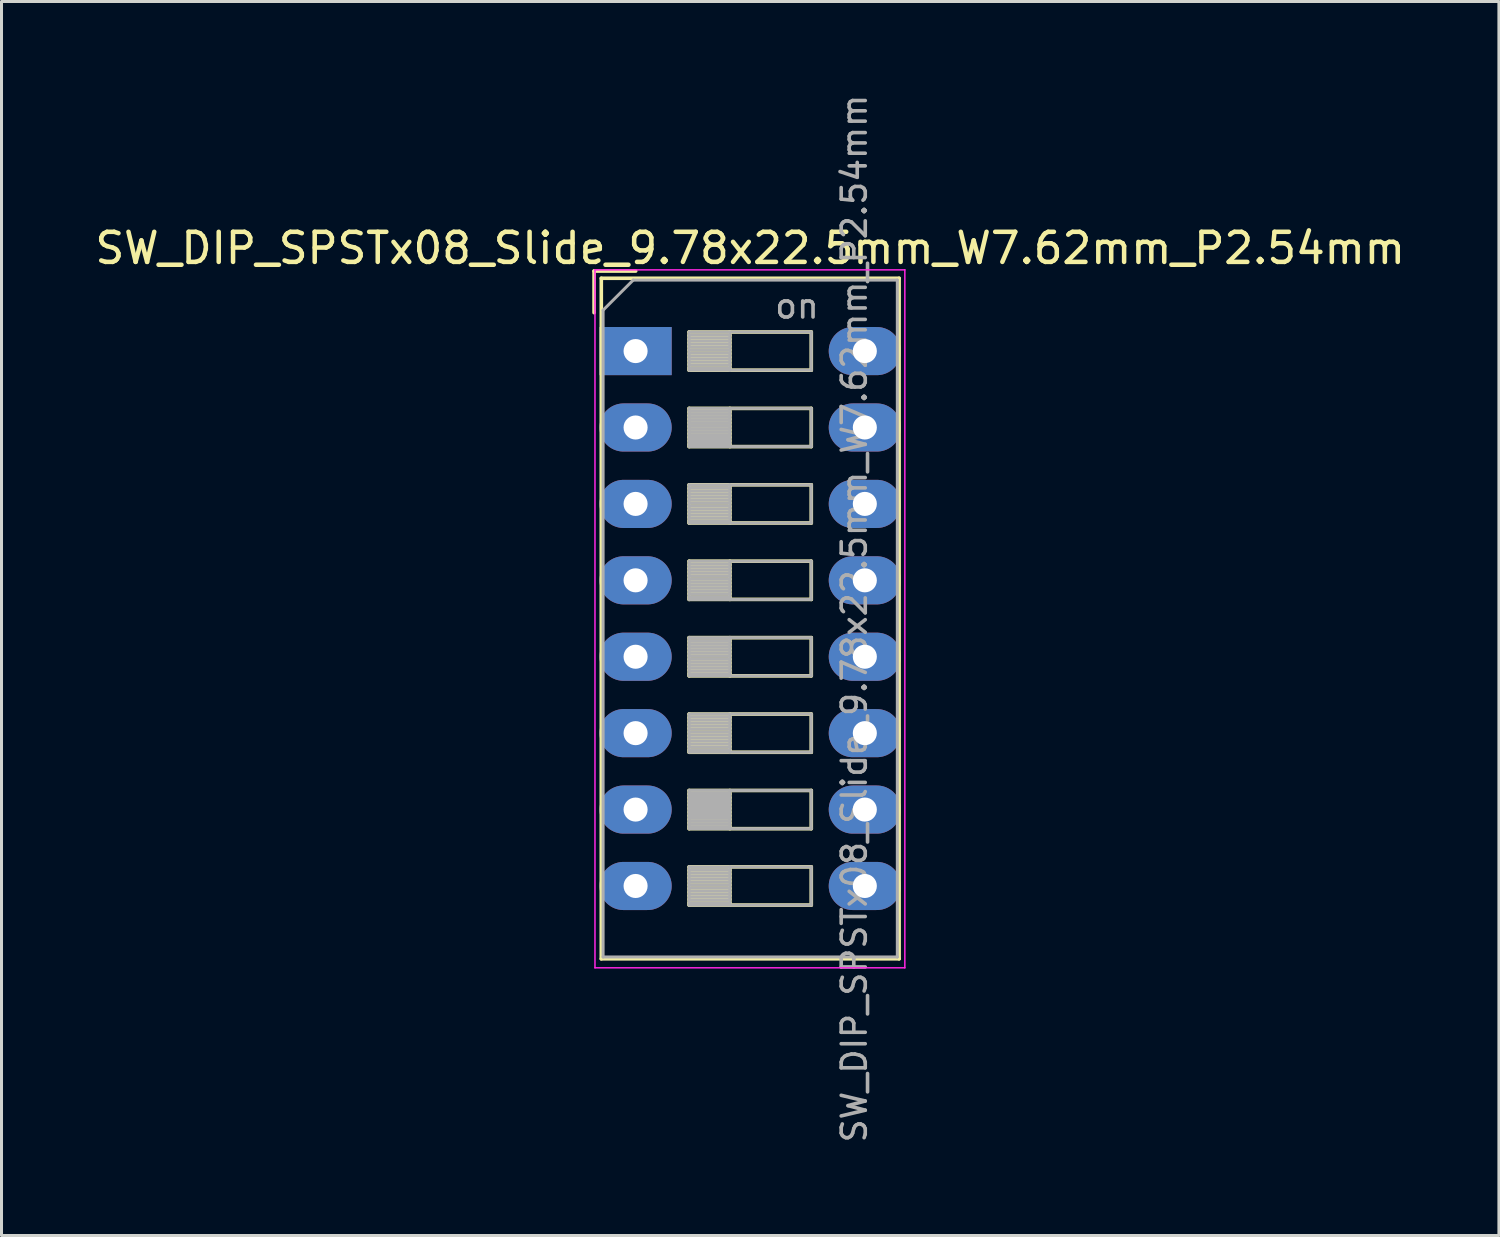
<source format=kicad_pcb>
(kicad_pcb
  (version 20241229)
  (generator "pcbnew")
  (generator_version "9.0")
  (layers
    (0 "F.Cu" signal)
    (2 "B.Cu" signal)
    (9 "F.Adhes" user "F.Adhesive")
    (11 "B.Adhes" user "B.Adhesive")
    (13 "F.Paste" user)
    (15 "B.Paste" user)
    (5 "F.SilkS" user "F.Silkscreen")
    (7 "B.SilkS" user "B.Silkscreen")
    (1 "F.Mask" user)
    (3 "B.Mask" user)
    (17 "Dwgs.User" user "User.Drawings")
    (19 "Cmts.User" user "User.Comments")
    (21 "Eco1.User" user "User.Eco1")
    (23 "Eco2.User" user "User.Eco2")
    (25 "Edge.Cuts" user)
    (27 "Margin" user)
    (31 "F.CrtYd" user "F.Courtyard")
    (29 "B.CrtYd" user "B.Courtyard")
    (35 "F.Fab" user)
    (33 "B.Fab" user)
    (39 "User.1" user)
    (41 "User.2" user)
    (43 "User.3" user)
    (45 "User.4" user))
  (footprint "SW_DIP_SPSTx08_Slide_9.78x22.5mm_W7.62mm_P2.54mm"
    (layer "F.Cu")
    (at 18.077 8.62)
    (property "Reference" "SW_DIP_SPSTx08_Slide_9.78x22.5mm_W7.62mm_P2.54mm" (at 3.81 -3.42 0) (layer "F.SilkS") (effects (font (size 1 1) (thickness 0.15))))
    (attr through_hole)
    (fp_line (start -1.38 -2.66) (end -1.38 -1.277) (stroke (width 0.12) (type solid)) (layer "F.SilkS"))
    (fp_line (start -1.38 -2.66) (end 0.004 -2.66) (stroke (width 0.12) (type solid)) (layer "F.SilkS"))
    (fp_line (start -1.14 -2.42) (end -1.14 20.201) (stroke (width 0.12) (type solid)) (layer "F.SilkS"))
    (fp_line (start -1.14 -2.42) (end 8.76 -2.42) (stroke (width 0.12) (type solid)) (layer "F.SilkS"))
    (fp_line (start -1.14 20.201) (end 8.76 20.201) (stroke (width 0.12) (type solid)) (layer "F.SilkS"))
    (fp_line (start 1.78 -0.635) (end 1.78 0.635) (stroke (width 0.12) (type solid)) (layer "F.SilkS"))
    (fp_line (start 1.78 -0.515) (end 3.133 -0.515) (stroke (width 0.12) (type solid)) (layer "F.SilkS"))
    (fp_line (start 1.78 -0.395) (end 3.133 -0.395) (stroke (width 0.12) (type solid)) (layer "F.SilkS"))
    (fp_line (start 1.78 -0.275) (end 3.133 -0.275) (stroke (width 0.12) (type solid)) (layer "F.SilkS"))
    (fp_line (start 1.78 -0.155) (end 3.133 -0.155) (stroke (width 0.12) (type solid)) (layer "F.SilkS"))
    (fp_line (start 1.78 -0.035) (end 3.133 -0.035) (stroke (width 0.12) (type solid)) (layer "F.SilkS"))
    (fp_line (start 1.78 0.085) (end 3.133 0.085) (stroke (width 0.12) (type solid)) (layer "F.SilkS"))
    (fp_line (start 1.78 0.205) (end 3.133 0.205) (stroke (width 0.12) (type solid)) (layer "F.SilkS"))
    (fp_line (start 1.78 0.325) (end 3.133 0.325) (stroke (width 0.12) (type solid)) (layer "F.SilkS"))
    (fp_line (start 1.78 0.445) (end 3.133 0.445) (stroke (width 0.12) (type solid)) (layer "F.SilkS"))
    (fp_line (start 1.78 0.565) (end 3.133 0.565) (stroke (width 0.12) (type solid)) (layer "F.SilkS"))
    (fp_line (start 1.78 0.635) (end 5.84 0.635) (stroke (width 0.12) (type solid)) (layer "F.SilkS"))
    (fp_line (start 1.78 1.905) (end 1.78 3.175) (stroke (width 0.12) (type solid)) (layer "F.SilkS"))
    (fp_line (start 1.78 2.025) (end 3.133 2.025) (stroke (width 0.12) (type solid)) (layer "F.SilkS"))
    (fp_line (start 1.78 2.145) (end 3.133 2.145) (stroke (width 0.12) (type solid)) (layer "F.SilkS"))
    (fp_line (start 1.78 2.265) (end 3.133 2.265) (stroke (width 0.12) (type solid)) (layer "F.SilkS"))
    (fp_line (start 1.78 2.385) (end 3.133 2.385) (stroke (width 0.12) (type solid)) (layer "F.SilkS"))
    (fp_line (start 1.78 2.505) (end 3.133 2.505) (stroke (width 0.12) (type solid)) (layer "F.SilkS"))
    (fp_line (start 1.78 2.625) (end 3.133 2.625) (stroke (width 0.12) (type solid)) (layer "F.SilkS"))
    (fp_line (start 1.78 2.745) (end 3.133 2.745) (stroke (width 0.12) (type solid)) (layer "F.SilkS"))
    (fp_line (start 1.78 2.865) (end 3.133 2.865) (stroke (width 0.12) (type solid)) (layer "F.SilkS"))
    (fp_line (start 1.78 2.985) (end 3.133 2.985) (stroke (width 0.12) (type solid)) (layer "F.SilkS"))
    (fp_line (start 1.78 3.105) (end 3.133 3.105) (stroke (width 0.12) (type solid)) (layer "F.SilkS"))
    (fp_line (start 1.78 3.175) (end 5.84 3.175) (stroke (width 0.12) (type solid)) (layer "F.SilkS"))
    (fp_line (start 1.78 4.445) (end 1.78 5.715) (stroke (width 0.12) (type solid)) (layer "F.SilkS"))
    (fp_line (start 1.78 4.565) (end 3.133 4.565) (stroke (width 0.12) (type solid)) (layer "F.SilkS"))
    (fp_line (start 1.78 4.685) (end 3.133 4.685) (stroke (width 0.12) (type solid)) (layer "F.SilkS"))
    (fp_line (start 1.78 4.805) (end 3.133 4.805) (stroke (width 0.12) (type solid)) (layer "F.SilkS"))
    (fp_line (start 1.78 4.925) (end 3.133 4.925) (stroke (width 0.12) (type solid)) (layer "F.SilkS"))
    (fp_line (start 1.78 5.045) (end 3.133 5.045) (stroke (width 0.12) (type solid)) (layer "F.SilkS"))
    (fp_line (start 1.78 5.165) (end 3.133 5.165) (stroke (width 0.12) (type solid)) (layer "F.SilkS"))
    (fp_line (start 1.78 5.285) (end 3.133 5.285) (stroke (width 0.12) (type solid)) (layer "F.SilkS"))
    (fp_line (start 1.78 5.405) (end 3.133 5.405) (stroke (width 0.12) (type solid)) (layer "F.SilkS"))
    (fp_line (start 1.78 5.525) (end 3.133 5.525) (stroke (width 0.12) (type solid)) (layer "F.SilkS"))
    (fp_line (start 1.78 5.645) (end 3.133 5.645) (stroke (width 0.12) (type solid)) (layer "F.SilkS"))
    (fp_line (start 1.78 5.715) (end 5.84 5.715) (stroke (width 0.12) (type solid)) (layer "F.SilkS"))
    (fp_line (start 1.78 6.985) (end 1.78 8.255) (stroke (width 0.12) (type solid)) (layer "F.SilkS"))
    (fp_line (start 1.78 7.105) (end 3.133 7.105) (stroke (width 0.12) (type solid)) (layer "F.SilkS"))
    (fp_line (start 1.78 7.225) (end 3.133 7.225) (stroke (width 0.12) (type solid)) (layer "F.SilkS"))
    (fp_line (start 1.78 7.345) (end 3.133 7.345) (stroke (width 0.12) (type solid)) (layer "F.SilkS"))
    (fp_line (start 1.78 7.465) (end 3.133 7.465) (stroke (width 0.12) (type solid)) (layer "F.SilkS"))
    (fp_line (start 1.78 7.585) (end 3.133 7.585) (stroke (width 0.12) (type solid)) (layer "F.SilkS"))
    (fp_line (start 1.78 7.705) (end 3.133 7.705) (stroke (width 0.12) (type solid)) (layer "F.SilkS"))
    (fp_line (start 1.78 7.825) (end 3.133 7.825) (stroke (width 0.12) (type solid)) (layer "F.SilkS"))
    (fp_line (start 1.78 7.945) (end 3.133 7.945) (stroke (width 0.12) (type solid)) (layer "F.SilkS"))
    (fp_line (start 1.78 8.065) (end 3.133 8.065) (stroke (width 0.12) (type solid)) (layer "F.SilkS"))
    (fp_line (start 1.78 8.185) (end 3.133 8.185) (stroke (width 0.12) (type solid)) (layer "F.SilkS"))
    (fp_line (start 1.78 8.255) (end 5.84 8.255) (stroke (width 0.12) (type solid)) (layer "F.SilkS"))
    (fp_line (start 1.78 9.525) (end 1.78 10.795) (stroke (width 0.12) (type solid)) (layer "F.SilkS"))
    (fp_line (start 1.78 9.645) (end 3.133 9.645) (stroke (width 0.12) (type solid)) (layer "F.SilkS"))
    (fp_line (start 1.78 9.765) (end 3.133 9.765) (stroke (width 0.12) (type solid)) (layer "F.SilkS"))
    (fp_line (start 1.78 9.885) (end 3.133 9.885) (stroke (width 0.12) (type solid)) (layer "F.SilkS"))
    (fp_line (start 1.78 10.005) (end 3.133 10.005) (stroke (width 0.12) (type solid)) (layer "F.SilkS"))
    (fp_line (start 1.78 10.125) (end 3.133 10.125) (stroke (width 0.12) (type solid)) (layer "F.SilkS"))
    (fp_line (start 1.78 10.245) (end 3.133 10.245) (stroke (width 0.12) (type solid)) (layer "F.SilkS"))
    (fp_line (start 1.78 10.365) (end 3.133 10.365) (stroke (width 0.12) (type solid)) (layer "F.SilkS"))
    (fp_line (start 1.78 10.485) (end 3.133 10.485) (stroke (width 0.12) (type solid)) (layer "F.SilkS"))
    (fp_line (start 1.78 10.605) (end 3.133 10.605) (stroke (width 0.12) (type solid)) (layer "F.SilkS"))
    (fp_line (start 1.78 10.725) (end 3.133 10.725) (stroke (width 0.12) (type solid)) (layer "F.SilkS"))
    (fp_line (start 1.78 10.795) (end 5.84 10.795) (stroke (width 0.12) (type solid)) (layer "F.SilkS"))
    (fp_line (start 1.78 12.065) (end 1.78 13.335) (stroke (width 0.12) (type solid)) (layer "F.SilkS"))
    (fp_line (start 1.78 12.185) (end 3.133 12.185) (stroke (width 0.12) (type solid)) (layer "F.SilkS"))
    (fp_line (start 1.78 12.305) (end 3.133 12.305) (stroke (width 0.12) (type solid)) (layer "F.SilkS"))
    (fp_line (start 1.78 12.425) (end 3.133 12.425) (stroke (width 0.12) (type solid)) (layer "F.SilkS"))
    (fp_line (start 1.78 12.545) (end 3.133 12.545) (stroke (width 0.12) (type solid)) (layer "F.SilkS"))
    (fp_line (start 1.78 12.665) (end 3.133 12.665) (stroke (width 0.12) (type solid)) (layer "F.SilkS"))
    (fp_line (start 1.78 12.785) (end 3.133 12.785) (stroke (width 0.12) (type solid)) (layer "F.SilkS"))
    (fp_line (start 1.78 12.905) (end 3.133 12.905) (stroke (width 0.12) (type solid)) (layer "F.SilkS"))
    (fp_line (start 1.78 13.025) (end 3.133 13.025) (stroke (width 0.12) (type solid)) (layer "F.SilkS"))
    (fp_line (start 1.78 13.145) (end 3.133 13.145) (stroke (width 0.12) (type solid)) (layer "F.SilkS"))
    (fp_line (start 1.78 13.265) (end 3.133 13.265) (stroke (width 0.12) (type solid)) (layer "F.SilkS"))
    (fp_line (start 1.78 13.335) (end 5.84 13.335) (stroke (width 0.12) (type solid)) (layer "F.SilkS"))
    (fp_line (start 1.78 14.605) (end 1.78 15.875) (stroke (width 0.12) (type solid)) (layer "F.SilkS"))
    (fp_line (start 1.78 14.725) (end 3.133 14.725) (stroke (width 0.12) (type solid)) (layer "F.SilkS"))
    (fp_line (start 1.78 14.845) (end 3.133 14.845) (stroke (width 0.12) (type solid)) (layer "F.SilkS"))
    (fp_line (start 1.78 14.965) (end 3.133 14.965) (stroke (width 0.12) (type solid)) (layer "F.SilkS"))
    (fp_line (start 1.78 15.085) (end 3.133 15.085) (stroke (width 0.12) (type solid)) (layer "F.SilkS"))
    (fp_line (start 1.78 15.205) (end 3.133 15.205) (stroke (width 0.12) (type solid)) (layer "F.SilkS"))
    (fp_line (start 1.78 15.325) (end 3.133 15.325) (stroke (width 0.12) (type solid)) (layer "F.SilkS"))
    (fp_line (start 1.78 15.445) (end 3.133 15.445) (stroke (width 0.12) (type solid)) (layer "F.SilkS"))
    (fp_line (start 1.78 15.565) (end 3.133 15.565) (stroke (width 0.12) (type solid)) (layer "F.SilkS"))
    (fp_line (start 1.78 15.685) (end 3.133 15.685) (stroke (width 0.12) (type solid)) (layer "F.SilkS"))
    (fp_line (start 1.78 15.805) (end 3.133 15.805) (stroke (width 0.12) (type solid)) (layer "F.SilkS"))
    (fp_line (start 1.78 15.875) (end 5.84 15.875) (stroke (width 0.12) (type solid)) (layer "F.SilkS"))
    (fp_line (start 1.78 17.145) (end 1.78 18.415) (stroke (width 0.12) (type solid)) (layer "F.SilkS"))
    (fp_line (start 1.78 17.265) (end 3.133 17.265) (stroke (width 0.12) (type solid)) (layer "F.SilkS"))
    (fp_line (start 1.78 17.385) (end 3.133 17.385) (stroke (width 0.12) (type solid)) (layer "F.SilkS"))
    (fp_line (start 1.78 17.505) (end 3.133 17.505) (stroke (width 0.12) (type solid)) (layer "F.SilkS"))
    (fp_line (start 1.78 17.625) (end 3.133 17.625) (stroke (width 0.12) (type solid)) (layer "F.SilkS"))
    (fp_line (start 1.78 17.745) (end 3.133 17.745) (stroke (width 0.12) (type solid)) (layer "F.SilkS"))
    (fp_line (start 1.78 17.865) (end 3.133 17.865) (stroke (width 0.12) (type solid)) (layer "F.SilkS"))
    (fp_line (start 1.78 17.985) (end 3.133 17.985) (stroke (width 0.12) (type solid)) (layer "F.SilkS"))
    (fp_line (start 1.78 18.105) (end 3.133 18.105) (stroke (width 0.12) (type solid)) (layer "F.SilkS"))
    (fp_line (start 1.78 18.225) (end 3.133 18.225) (stroke (width 0.12) (type solid)) (layer "F.SilkS"))
    (fp_line (start 1.78 18.345) (end 3.133 18.345) (stroke (width 0.12) (type solid)) (layer "F.SilkS"))
    (fp_line (start 1.78 18.415) (end 5.84 18.415) (stroke (width 0.12) (type solid)) (layer "F.SilkS"))
    (fp_line (start 3.133 -0.635) (end 3.133 0.635) (stroke (width 0.12) (type solid)) (layer "F.SilkS"))
    (fp_line (start 3.133 1.905) (end 3.133 3.175) (stroke (width 0.12) (type solid)) (layer "F.SilkS"))
    (fp_line (start 3.133 4.445) (end 3.133 5.715) (stroke (width 0.12) (type solid)) (layer "F.SilkS"))
    (fp_line (start 3.133 6.985) (end 3.133 8.255) (stroke (width 0.12) (type solid)) (layer "F.SilkS"))
    (fp_line (start 3.133 9.525) (end 3.133 10.795) (stroke (width 0.12) (type solid)) (layer "F.SilkS"))
    (fp_line (start 3.133 12.065) (end 3.133 13.335) (stroke (width 0.12) (type solid)) (layer "F.SilkS"))
    (fp_line (start 3.133 14.605) (end 3.133 15.875) (stroke (width 0.12) (type solid)) (layer "F.SilkS"))
    (fp_line (start 3.133 17.145) (end 3.133 18.415) (stroke (width 0.12) (type solid)) (layer "F.SilkS"))
    (fp_line (start 5.84 -0.635) (end 1.78 -0.635) (stroke (width 0.12) (type solid)) (layer "F.SilkS"))
    (fp_line (start 5.84 0.635) (end 5.84 -0.635) (stroke (width 0.12) (type solid)) (layer "F.SilkS"))
    (fp_line (start 5.84 1.905) (end 1.78 1.905) (stroke (width 0.12) (type solid)) (layer "F.SilkS"))
    (fp_line (start 5.84 3.175) (end 5.84 1.905) (stroke (width 0.12) (type solid)) (layer "F.SilkS"))
    (fp_line (start 5.84 4.445) (end 1.78 4.445) (stroke (width 0.12) (type solid)) (layer "F.SilkS"))
    (fp_line (start 5.84 5.715) (end 5.84 4.445) (stroke (width 0.12) (type solid)) (layer "F.SilkS"))
    (fp_line (start 5.84 6.985) (end 1.78 6.985) (stroke (width 0.12) (type solid)) (layer "F.SilkS"))
    (fp_line (start 5.84 8.255) (end 5.84 6.985) (stroke (width 0.12) (type solid)) (layer "F.SilkS"))
    (fp_line (start 5.84 9.525) (end 1.78 9.525) (stroke (width 0.12) (type solid)) (layer "F.SilkS"))
    (fp_line (start 5.84 10.795) (end 5.84 9.525) (stroke (width 0.12) (type solid)) (layer "F.SilkS"))
    (fp_line (start 5.84 12.065) (end 1.78 12.065) (stroke (width 0.12) (type solid)) (layer "F.SilkS"))
    (fp_line (start 5.84 13.335) (end 5.84 12.065) (stroke (width 0.12) (type solid)) (layer "F.SilkS"))
    (fp_line (start 5.84 14.605) (end 1.78 14.605) (stroke (width 0.12) (type solid)) (layer "F.SilkS"))
    (fp_line (start 5.84 15.875) (end 5.84 14.605) (stroke (width 0.12) (type solid)) (layer "F.SilkS"))
    (fp_line (start 5.84 17.145) (end 1.78 17.145) (stroke (width 0.12) (type solid)) (layer "F.SilkS"))
    (fp_line (start 5.84 18.415) (end 5.84 17.145) (stroke (width 0.12) (type solid)) (layer "F.SilkS"))
    (fp_line (start 8.76 -2.42) (end 8.76 20.201) (stroke (width 0.12) (type solid)) (layer "F.SilkS"))
    (fp_line (start -1.35 -2.7) (end -1.35 20.5) (stroke (width 0.05) (type solid)) (layer "F.CrtYd"))
    (fp_line (start -1.35 20.5) (end 8.95 20.5) (stroke (width 0.05) (type solid)) (layer "F.CrtYd"))
    (fp_line (start 8.95 -2.7) (end -1.35 -2.7) (stroke (width 0.05) (type solid)) (layer "F.CrtYd"))
    (fp_line (start 8.95 20.5) (end 8.95 -2.7) (stroke (width 0.05) (type solid)) (layer "F.CrtYd"))
    (fp_line (start -1.08 -1.36) (end -0.08 -2.36) (stroke (width 0.1) (type solid)) (layer "F.Fab"))
    (fp_line (start -1.08 20.14) (end -1.08 -1.36) (stroke (width 0.1) (type solid)) (layer "F.Fab"))
    (fp_line (start -0.08 -2.36) (end 8.7 -2.36) (stroke (width 0.1) (type solid)) (layer "F.Fab"))
    (fp_line (start 1.78 -0.635) (end 1.78 0.635) (stroke (width 0.1) (type solid)) (layer "F.Fab"))
    (fp_line (start 1.78 -0.535) (end 3.133 -0.535) (stroke (width 0.1) (type solid)) (layer "F.Fab"))
    (fp_line (start 1.78 -0.435) (end 3.133 -0.435) (stroke (width 0.1) (type solid)) (layer "F.Fab"))
    (fp_line (start 1.78 -0.335) (end 3.133 -0.335) (stroke (width 0.1) (type solid)) (layer "F.Fab"))
    (fp_line (start 1.78 -0.235) (end 3.133 -0.235) (stroke (width 0.1) (type solid)) (layer "F.Fab"))
    (fp_line (start 1.78 -0.135) (end 3.133 -0.135) (stroke (width 0.1) (type solid)) (layer "F.Fab"))
    (fp_line (start 1.78 -0.035) (end 3.133 -0.035) (stroke (width 0.1) (type solid)) (layer "F.Fab"))
    (fp_line (start 1.78 0.065) (end 3.133 0.065) (stroke (width 0.1) (type solid)) (layer "F.Fab"))
    (fp_line (start 1.78 0.165) (end 3.133 0.165) (stroke (width 0.1) (type solid)) (layer "F.Fab"))
    (fp_line (start 1.78 0.265) (end 3.133 0.265) (stroke (width 0.1) (type solid)) (layer "F.Fab"))
    (fp_line (start 1.78 0.365) (end 3.133 0.365) (stroke (width 0.1) (type solid)) (layer "F.Fab"))
    (fp_line (start 1.78 0.465) (end 3.133 0.465) (stroke (width 0.1) (type solid)) (layer "F.Fab"))
    (fp_line (start 1.78 0.565) (end 3.133 0.565) (stroke (width 0.1) (type solid)) (layer "F.Fab"))
    (fp_line (start 1.78 0.635) (end 5.84 0.635) (stroke (width 0.1) (type solid)) (layer "F.Fab"))
    (fp_line (start 1.78 1.905) (end 1.78 3.175) (stroke (width 0.1) (type solid)) (layer "F.Fab"))
    (fp_line (start 1.78 2.005) (end 3.133 2.005) (stroke (width 0.1) (type solid)) (layer "F.Fab"))
    (fp_line (start 1.78 2.105) (end 3.133 2.105) (stroke (width 0.1) (type solid)) (layer "F.Fab"))
    (fp_line (start 1.78 2.205) (end 3.133 2.205) (stroke (width 0.1) (type solid)) (layer "F.Fab"))
    (fp_line (start 1.78 2.305) (end 3.133 2.305) (stroke (width 0.1) (type solid)) (layer "F.Fab"))
    (fp_line (start 1.78 2.405) (end 3.133 2.405) (stroke (width 0.1) (type solid)) (layer "F.Fab"))
    (fp_line (start 1.78 2.505) (end 3.133 2.505) (stroke (width 0.1) (type solid)) (layer "F.Fab"))
    (fp_line (start 1.78 2.605) (end 3.133 2.605) (stroke (width 0.1) (type solid)) (layer "F.Fab"))
    (fp_line (start 1.78 2.705) (end 3.133 2.705) (stroke (width 0.1) (type solid)) (layer "F.Fab"))
    (fp_line (start 1.78 2.805) (end 3.133 2.805) (stroke (width 0.1) (type solid)) (layer "F.Fab"))
    (fp_line (start 1.78 2.905) (end 3.133 2.905) (stroke (width 0.1) (type solid)) (layer "F.Fab"))
    (fp_line (start 1.78 3.005) (end 3.133 3.005) (stroke (width 0.1) (type solid)) (layer "F.Fab"))
    (fp_line (start 1.78 3.105) (end 3.133 3.105) (stroke (width 0.1) (type solid)) (layer "F.Fab"))
    (fp_line (start 1.78 3.175) (end 5.84 3.175) (stroke (width 0.1) (type solid)) (layer "F.Fab"))
    (fp_line (start 1.78 4.445) (end 1.78 5.715) (stroke (width 0.1) (type solid)) (layer "F.Fab"))
    (fp_line (start 1.78 4.545) (end 3.133 4.545) (stroke (width 0.1) (type solid)) (layer "F.Fab"))
    (fp_line (start 1.78 4.645) (end 3.133 4.645) (stroke (width 0.1) (type solid)) (layer "F.Fab"))
    (fp_line (start 1.78 4.745) (end 3.133 4.745) (stroke (width 0.1) (type solid)) (layer "F.Fab"))
    (fp_line (start 1.78 4.845) (end 3.133 4.845) (stroke (width 0.1) (type solid)) (layer "F.Fab"))
    (fp_line (start 1.78 4.945) (end 3.133 4.945) (stroke (width 0.1) (type solid)) (layer "F.Fab"))
    (fp_line (start 1.78 5.045) (end 3.133 5.045) (stroke (width 0.1) (type solid)) (layer "F.Fab"))
    (fp_line (start 1.78 5.145) (end 3.133 5.145) (stroke (width 0.1) (type solid)) (layer "F.Fab"))
    (fp_line (start 1.78 5.245) (end 3.133 5.245) (stroke (width 0.1) (type solid)) (layer "F.Fab"))
    (fp_line (start 1.78 5.345) (end 3.133 5.345) (stroke (width 0.1) (type solid)) (layer "F.Fab"))
    (fp_line (start 1.78 5.445) (end 3.133 5.445) (stroke (width 0.1) (type solid)) (layer "F.Fab"))
    (fp_line (start 1.78 5.545) (end 3.133 5.545) (stroke (width 0.1) (type solid)) (layer "F.Fab"))
    (fp_line (start 1.78 5.645) (end 3.133 5.645) (stroke (width 0.1) (type solid)) (layer "F.Fab"))
    (fp_line (start 1.78 5.715) (end 5.84 5.715) (stroke (width 0.1) (type solid)) (layer "F.Fab"))
    (fp_line (start 1.78 6.985) (end 1.78 8.255) (stroke (width 0.1) (type solid)) (layer "F.Fab"))
    (fp_line (start 1.78 7.085) (end 3.133 7.085) (stroke (width 0.1) (type solid)) (layer "F.Fab"))
    (fp_line (start 1.78 7.185) (end 3.133 7.185) (stroke (width 0.1) (type solid)) (layer "F.Fab"))
    (fp_line (start 1.78 7.285) (end 3.133 7.285) (stroke (width 0.1) (type solid)) (layer "F.Fab"))
    (fp_line (start 1.78 7.385) (end 3.133 7.385) (stroke (width 0.1) (type solid)) (layer "F.Fab"))
    (fp_line (start 1.78 7.485) (end 3.133 7.485) (stroke (width 0.1) (type solid)) (layer "F.Fab"))
    (fp_line (start 1.78 7.585) (end 3.133 7.585) (stroke (width 0.1) (type solid)) (layer "F.Fab"))
    (fp_line (start 1.78 7.685) (end 3.133 7.685) (stroke (width 0.1) (type solid)) (layer "F.Fab"))
    (fp_line (start 1.78 7.785) (end 3.133 7.785) (stroke (width 0.1) (type solid)) (layer "F.Fab"))
    (fp_line (start 1.78 7.885) (end 3.133 7.885) (stroke (width 0.1) (type solid)) (layer "F.Fab"))
    (fp_line (start 1.78 7.985) (end 3.133 7.985) (stroke (width 0.1) (type solid)) (layer "F.Fab"))
    (fp_line (start 1.78 8.085) (end 3.133 8.085) (stroke (width 0.1) (type solid)) (layer "F.Fab"))
    (fp_line (start 1.78 8.185) (end 3.133 8.185) (stroke (width 0.1) (type solid)) (layer "F.Fab"))
    (fp_line (start 1.78 8.255) (end 5.84 8.255) (stroke (width 0.1) (type solid)) (layer "F.Fab"))
    (fp_line (start 1.78 9.525) (end 1.78 10.795) (stroke (width 0.1) (type solid)) (layer "F.Fab"))
    (fp_line (start 1.78 9.625) (end 3.133 9.625) (stroke (width 0.1) (type solid)) (layer "F.Fab"))
    (fp_line (start 1.78 9.725) (end 3.133 9.725) (stroke (width 0.1) (type solid)) (layer "F.Fab"))
    (fp_line (start 1.78 9.825) (end 3.133 9.825) (stroke (width 0.1) (type solid)) (layer "F.Fab"))
    (fp_line (start 1.78 9.925) (end 3.133 9.925) (stroke (width 0.1) (type solid)) (layer "F.Fab"))
    (fp_line (start 1.78 10.025) (end 3.133 10.025) (stroke (width 0.1) (type solid)) (layer "F.Fab"))
    (fp_line (start 1.78 10.125) (end 3.133 10.125) (stroke (width 0.1) (type solid)) (layer "F.Fab"))
    (fp_line (start 1.78 10.225) (end 3.133 10.225) (stroke (width 0.1) (type solid)) (layer "F.Fab"))
    (fp_line (start 1.78 10.325) (end 3.133 10.325) (stroke (width 0.1) (type solid)) (layer "F.Fab"))
    (fp_line (start 1.78 10.425) (end 3.133 10.425) (stroke (width 0.1) (type solid)) (layer "F.Fab"))
    (fp_line (start 1.78 10.525) (end 3.133 10.525) (stroke (width 0.1) (type solid)) (layer "F.Fab"))
    (fp_line (start 1.78 10.625) (end 3.133 10.625) (stroke (width 0.1) (type solid)) (layer "F.Fab"))
    (fp_line (start 1.78 10.725) (end 3.133 10.725) (stroke (width 0.1) (type solid)) (layer "F.Fab"))
    (fp_line (start 1.78 10.795) (end 5.84 10.795) (stroke (width 0.1) (type solid)) (layer "F.Fab"))
    (fp_line (start 1.78 12.065) (end 1.78 13.335) (stroke (width 0.1) (type solid)) (layer "F.Fab"))
    (fp_line (start 1.78 12.165) (end 3.133 12.165) (stroke (width 0.1) (type solid)) (layer "F.Fab"))
    (fp_line (start 1.78 12.265) (end 3.133 12.265) (stroke (width 0.1) (type solid)) (layer "F.Fab"))
    (fp_line (start 1.78 12.365) (end 3.133 12.365) (stroke (width 0.1) (type solid)) (layer "F.Fab"))
    (fp_line (start 1.78 12.465) (end 3.133 12.465) (stroke (width 0.1) (type solid)) (layer "F.Fab"))
    (fp_line (start 1.78 12.565) (end 3.133 12.565) (stroke (width 0.1) (type solid)) (layer "F.Fab"))
    (fp_line (start 1.78 12.665) (end 3.133 12.665) (stroke (width 0.1) (type solid)) (layer "F.Fab"))
    (fp_line (start 1.78 12.765) (end 3.133 12.765) (stroke (width 0.1) (type solid)) (layer "F.Fab"))
    (fp_line (start 1.78 12.865) (end 3.133 12.865) (stroke (width 0.1) (type solid)) (layer "F.Fab"))
    (fp_line (start 1.78 12.965) (end 3.133 12.965) (stroke (width 0.1) (type solid)) (layer "F.Fab"))
    (fp_line (start 1.78 13.065) (end 3.133 13.065) (stroke (width 0.1) (type solid)) (layer "F.Fab"))
    (fp_line (start 1.78 13.165) (end 3.133 13.165) (stroke (width 0.1) (type solid)) (layer "F.Fab"))
    (fp_line (start 1.78 13.265) (end 3.133 13.265) (stroke (width 0.1) (type solid)) (layer "F.Fab"))
    (fp_line (start 1.78 13.335) (end 5.84 13.335) (stroke (width 0.1) (type solid)) (layer "F.Fab"))
    (fp_line (start 1.78 14.605) (end 1.78 15.875) (stroke (width 0.1) (type solid)) (layer "F.Fab"))
    (fp_line (start 1.78 14.705) (end 3.133 14.705) (stroke (width 0.1) (type solid)) (layer "F.Fab"))
    (fp_line (start 1.78 14.805) (end 3.133 14.805) (stroke (width 0.1) (type solid)) (layer "F.Fab"))
    (fp_line (start 1.78 14.905) (end 3.133 14.905) (stroke (width 0.1) (type solid)) (layer "F.Fab"))
    (fp_line (start 1.78 15.005) (end 3.133 15.005) (stroke (width 0.1) (type solid)) (layer "F.Fab"))
    (fp_line (start 1.78 15.105) (end 3.133 15.105) (stroke (width 0.1) (type solid)) (layer "F.Fab"))
    (fp_line (start 1.78 15.205) (end 3.133 15.205) (stroke (width 0.1) (type solid)) (layer "F.Fab"))
    (fp_line (start 1.78 15.305) (end 3.133 15.305) (stroke (width 0.1) (type solid)) (layer "F.Fab"))
    (fp_line (start 1.78 15.405) (end 3.133 15.405) (stroke (width 0.1) (type solid)) (layer "F.Fab"))
    (fp_line (start 1.78 15.505) (end 3.133 15.505) (stroke (width 0.1) (type solid)) (layer "F.Fab"))
    (fp_line (start 1.78 15.605) (end 3.133 15.605) (stroke (width 0.1) (type solid)) (layer "F.Fab"))
    (fp_line (start 1.78 15.705) (end 3.133 15.705) (stroke (width 0.1) (type solid)) (layer "F.Fab"))
    (fp_line (start 1.78 15.805) (end 3.133 15.805) (stroke (width 0.1) (type solid)) (layer "F.Fab"))
    (fp_line (start 1.78 15.875) (end 5.84 15.875) (stroke (width 0.1) (type solid)) (layer "F.Fab"))
    (fp_line (start 1.78 17.145) (end 1.78 18.415) (stroke (width 0.1) (type solid)) (layer "F.Fab"))
    (fp_line (start 1.78 17.245) (end 3.133 17.245) (stroke (width 0.1) (type solid)) (layer "F.Fab"))
    (fp_line (start 1.78 17.345) (end 3.133 17.345) (stroke (width 0.1) (type solid)) (layer "F.Fab"))
    (fp_line (start 1.78 17.445) (end 3.133 17.445) (stroke (width 0.1) (type solid)) (layer "F.Fab"))
    (fp_line (start 1.78 17.545) (end 3.133 17.545) (stroke (width 0.1) (type solid)) (layer "F.Fab"))
    (fp_line (start 1.78 17.645) (end 3.133 17.645) (stroke (width 0.1) (type solid)) (layer "F.Fab"))
    (fp_line (start 1.78 17.745) (end 3.133 17.745) (stroke (width 0.1) (type solid)) (layer "F.Fab"))
    (fp_line (start 1.78 17.845) (end 3.133 17.845) (stroke (width 0.1) (type solid)) (layer "F.Fab"))
    (fp_line (start 1.78 17.945) (end 3.133 17.945) (stroke (width 0.1) (type solid)) (layer "F.Fab"))
    (fp_line (start 1.78 18.045) (end 3.133 18.045) (stroke (width 0.1) (type solid)) (layer "F.Fab"))
    (fp_line (start 1.78 18.145) (end 3.133 18.145) (stroke (width 0.1) (type solid)) (layer "F.Fab"))
    (fp_line (start 1.78 18.245) (end 3.133 18.245) (stroke (width 0.1) (type solid)) (layer "F.Fab"))
    (fp_line (start 1.78 18.345) (end 3.133 18.345) (stroke (width 0.1) (type solid)) (layer "F.Fab"))
    (fp_line (start 1.78 18.415) (end 5.84 18.415) (stroke (width 0.1) (type solid)) (layer "F.Fab"))
    (fp_line (start 3.133 -0.635) (end 3.133 0.635) (stroke (width 0.1) (type solid)) (layer "F.Fab"))
    (fp_line (start 3.133 1.905) (end 3.133 3.175) (stroke (width 0.1) (type solid)) (layer "F.Fab"))
    (fp_line (start 3.133 4.445) (end 3.133 5.715) (stroke (width 0.1) (type solid)) (layer "F.Fab"))
    (fp_line (start 3.133 6.985) (end 3.133 8.255) (stroke (width 0.1) (type solid)) (layer "F.Fab"))
    (fp_line (start 3.133 9.525) (end 3.133 10.795) (stroke (width 0.1) (type solid)) (layer "F.Fab"))
    (fp_line (start 3.133 12.065) (end 3.133 13.335) (stroke (width 0.1) (type solid)) (layer "F.Fab"))
    (fp_line (start 3.133 14.605) (end 3.133 15.875) (stroke (width 0.1) (type solid)) (layer "F.Fab"))
    (fp_line (start 3.133 17.145) (end 3.133 18.415) (stroke (width 0.1) (type solid)) (layer "F.Fab"))
    (fp_line (start 5.84 -0.635) (end 1.78 -0.635) (stroke (width 0.1) (type solid)) (layer "F.Fab"))
    (fp_line (start 5.84 0.635) (end 5.84 -0.635) (stroke (width 0.1) (type solid)) (layer "F.Fab"))
    (fp_line (start 5.84 1.905) (end 1.78 1.905) (stroke (width 0.1) (type solid)) (layer "F.Fab"))
    (fp_line (start 5.84 3.175) (end 5.84 1.905) (stroke (width 0.1) (type solid)) (layer "F.Fab"))
    (fp_line (start 5.84 4.445) (end 1.78 4.445) (stroke (width 0.1) (type solid)) (layer "F.Fab"))
    (fp_line (start 5.84 5.715) (end 5.84 4.445) (stroke (width 0.1) (type solid)) (layer "F.Fab"))
    (fp_line (start 5.84 6.985) (end 1.78 6.985) (stroke (width 0.1) (type solid)) (layer "F.Fab"))
    (fp_line (start 5.84 8.255) (end 5.84 6.985) (stroke (width 0.1) (type solid)) (layer "F.Fab"))
    (fp_line (start 5.84 9.525) (end 1.78 9.525) (stroke (width 0.1) (type solid)) (layer "F.Fab"))
    (fp_line (start 5.84 10.795) (end 5.84 9.525) (stroke (width 0.1) (type solid)) (layer "F.Fab"))
    (fp_line (start 5.84 12.065) (end 1.78 12.065) (stroke (width 0.1) (type solid)) (layer "F.Fab"))
    (fp_line (start 5.84 13.335) (end 5.84 12.065) (stroke (width 0.1) (type solid)) (layer "F.Fab"))
    (fp_line (start 5.84 14.605) (end 1.78 14.605) (stroke (width 0.1) (type solid)) (layer "F.Fab"))
    (fp_line (start 5.84 15.875) (end 5.84 14.605) (stroke (width 0.1) (type solid)) (layer "F.Fab"))
    (fp_line (start 5.84 17.145) (end 1.78 17.145) (stroke (width 0.1) (type solid)) (layer "F.Fab"))
    (fp_line (start 5.84 18.415) (end 5.84 17.145) (stroke (width 0.1) (type solid)) (layer "F.Fab"))
    (fp_line (start 8.7 -2.36) (end 8.7 20.14) (stroke (width 0.1) (type solid)) (layer "F.Fab"))
    (fp_line (start 8.7 20.14) (end -1.08 20.14) (stroke (width 0.1) (type solid)) (layer "F.Fab"))
    (fp_text user "${REFERENCE}" (at 7.27 8.89 90) (layer "F.Fab") (effects (font (size 0.8 0.8) (thickness 0.12))))
    (fp_text user "on" (at 5.365 -1.498 0) (layer "F.Fab") (effects (font (size 0.8 0.8) (thickness 0.12))))
    (pad "1" thru_hole rect (at 0 0) (size 2.4 1.6) (drill 0.8) (layers "*.Cu" "*.Mask"))
    (pad "2" thru_hole oval (at 0 2.54) (size 2.4 1.6) (drill 0.8) (layers "*.Cu" "*.Mask"))
    (pad "3" thru_hole oval (at 0 5.08) (size 2.4 1.6) (drill 0.8) (layers "*.Cu" "*.Mask"))
    (pad "4" thru_hole oval (at 0 7.62) (size 2.4 1.6) (drill 0.8) (layers "*.Cu" "*.Mask"))
    (pad "5" thru_hole oval (at 0 10.16) (size 2.4 1.6) (drill 0.8) (layers "*.Cu" "*.Mask"))
    (pad "6" thru_hole oval (at 0 12.7) (size 2.4 1.6) (drill 0.8) (layers "*.Cu" "*.Mask"))
    (pad "7" thru_hole oval (at 0 15.24) (size 2.4 1.6) (drill 0.8) (layers "*.Cu" "*.Mask"))
    (pad "8" thru_hole oval (at 0 17.78) (size 2.4 1.6) (drill 0.8) (layers "*.Cu" "*.Mask"))
    (pad "9" thru_hole oval (at 7.62 17.78) (size 2.4 1.6) (drill 0.8) (layers "*.Cu" "*.Mask"))
    (pad "10" thru_hole oval (at 7.62 15.24) (size 2.4 1.6) (drill 0.8) (layers "*.Cu" "*.Mask"))
    (pad "11" thru_hole oval (at 7.62 12.7) (size 2.4 1.6) (drill 0.8) (layers "*.Cu" "*.Mask"))
    (pad "12" thru_hole oval (at 7.62 10.16) (size 2.4 1.6) (drill 0.8) (layers "*.Cu" "*.Mask"))
    (pad "13" thru_hole oval (at 7.62 7.62) (size 2.4 1.6) (drill 0.8) (layers "*.Cu" "*.Mask"))
    (pad "14" thru_hole oval (at 7.62 5.08) (size 2.4 1.6) (drill 0.8) (layers "*.Cu" "*.Mask"))
    (pad "15" thru_hole oval (at 7.62 2.54) (size 2.4 1.6) (drill 0.8) (layers "*.Cu" "*.Mask"))
    (pad "16" thru_hole oval (at 7.62 0) (size 2.4 1.6) (drill 0.8) (layers "*.Cu" "*.Mask")))
  (gr_rect
    (start -3 -3)
    (end 46.774 38.019)
    (stroke (width 0.1) (type default))
    (fill no)
    (layer "Edge.Cuts")))
</source>
